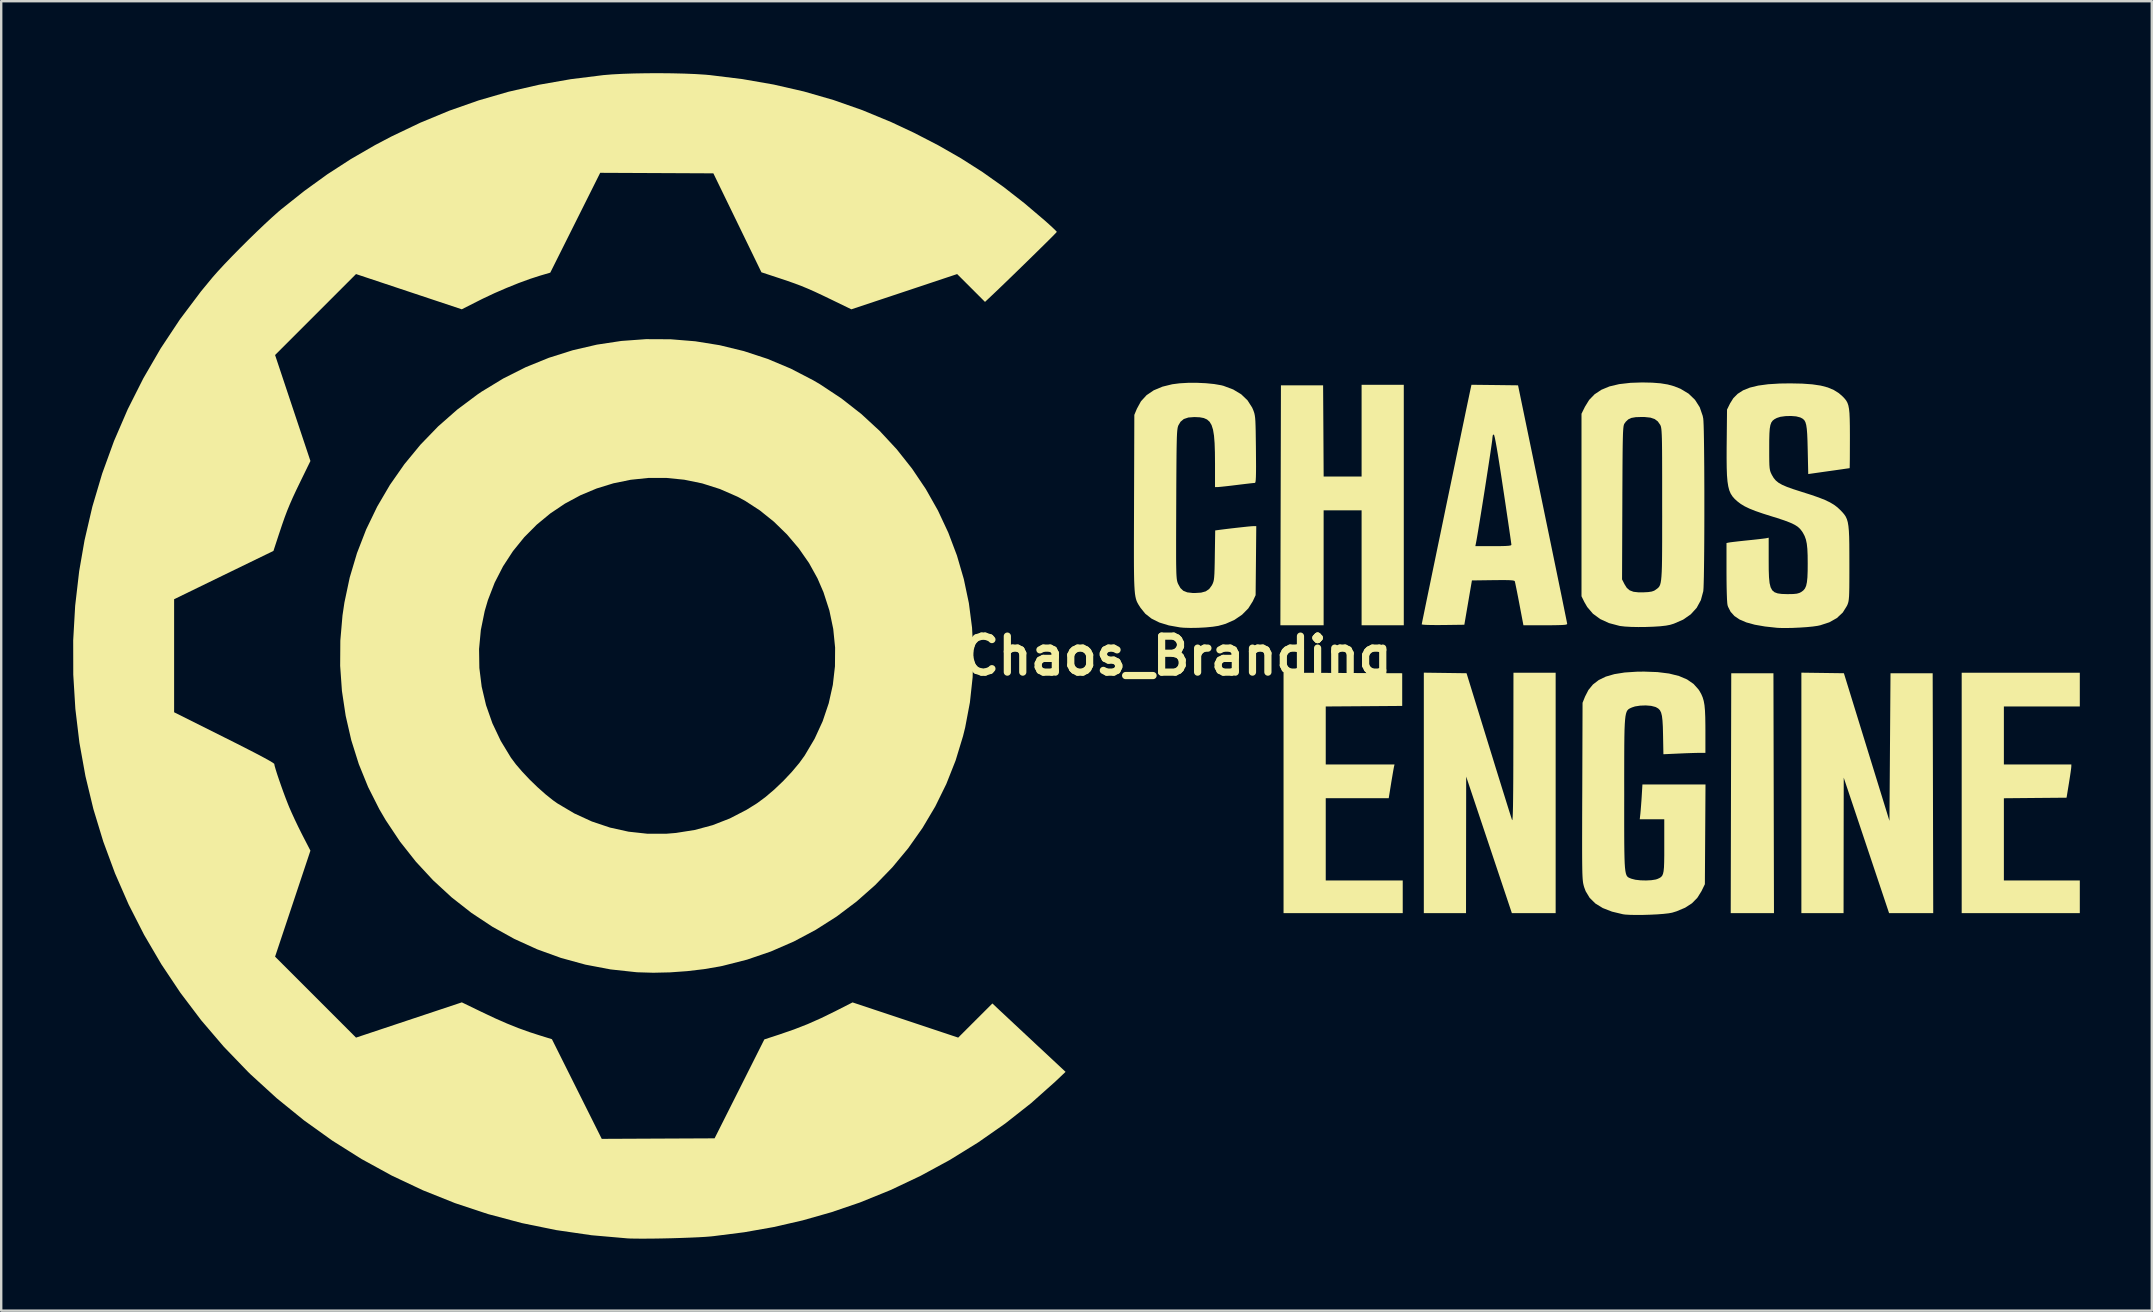
<source format=kicad_pcb>
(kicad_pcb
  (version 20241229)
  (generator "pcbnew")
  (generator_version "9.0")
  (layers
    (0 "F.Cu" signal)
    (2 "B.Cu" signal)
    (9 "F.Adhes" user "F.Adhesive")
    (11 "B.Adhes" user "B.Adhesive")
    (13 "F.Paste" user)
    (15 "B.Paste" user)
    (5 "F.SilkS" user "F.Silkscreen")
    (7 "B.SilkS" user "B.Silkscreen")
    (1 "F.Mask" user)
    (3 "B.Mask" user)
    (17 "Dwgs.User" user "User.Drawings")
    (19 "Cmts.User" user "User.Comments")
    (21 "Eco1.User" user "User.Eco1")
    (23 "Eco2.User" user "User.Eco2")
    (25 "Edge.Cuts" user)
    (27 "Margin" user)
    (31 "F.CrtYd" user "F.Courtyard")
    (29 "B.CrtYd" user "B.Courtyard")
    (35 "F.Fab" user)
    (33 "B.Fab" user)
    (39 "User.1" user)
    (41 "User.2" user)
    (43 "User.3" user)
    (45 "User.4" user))
  (footprint "Chaos_Branding"
    (layer "F.Cu")
    (at 45.996 24.278)
    (property "Reference" "Chaos_Branding" (at 0 0 0) (layer "F.SilkS") (effects (font (size 1.5 1.5) (thickness 0.3))))
    (attr board_only exclude_from_pos_files exclude_from_bom)
    (fp_poly (pts (xy 24.862 5.724) (xy 24.873 10.722) (xy 23.972 10.722) (xy 23.071 10.722) (xy 23.082 5.724) (xy 23.093 0.725) (xy 23.972 0.725) (xy 24.851 0.725)) (stroke (width 0) (type solid)) (fill yes) (layer "F.SilkS"))
    (fp_poly (pts (xy 26.901 0.713) (xy 27.787 0.725) (xy 28.736 3.801) (xy 29.685 6.876) (xy 29.707 3.801) (xy 29.729 0.725) (xy 30.607 0.725) (xy 31.486 0.725) (xy 31.498 5.724) (xy 31.509 10.722) (xy 30.589 10.722) (xy 29.67 10.722) (xy 28.725 7.899) (xy 27.78 5.076) (xy 27.776 7.899) (xy 27.773 10.722) (xy 26.894 10.722) (xy 26.015 10.722) (xy 26.015 5.712) (xy 26.015 0.701)) (stroke (width 0) (type solid)) (fill yes) (layer "F.SilkS"))
    (fp_poly (pts (xy 9.448 -6.284) (xy 9.448 -1.274) (xy 8.569 -1.274) (xy 7.69 -1.274) (xy 7.69 -3.669) (xy 7.69 -6.064) (xy 6.899 -6.064) (xy 6.108 -6.064) (xy 6.108 -3.669) (xy 6.108 -1.274) (xy 5.207 -1.274) (xy 4.306 -1.274) (xy 4.317 -6.273) (xy 4.329 -11.272) (xy 5.207 -11.272) (xy 6.086 -11.272) (xy 6.098 -9.371) (xy 6.109 -7.471) (xy 6.9 -7.471) (xy 7.69 -7.471) (xy 7.69 -9.382) (xy 7.69 -11.294) (xy 8.569 -11.294) (xy 9.448 -11.294)) (stroke (width 0) (type solid)) (fill yes) (layer "F.SilkS"))
    (fp_poly (pts (xy 6.91 0.714) (xy 9.382 0.725) (xy 9.382 1.406) (xy 9.382 2.087) (xy 7.789 2.099) (xy 6.196 2.11) (xy 6.196 3.318) (xy 6.196 4.526) (xy 7.629 4.526) (xy 9.062 4.526) (xy 9.039 4.625) (xy 9.024 4.704) (xy 8.998 4.85) (xy 8.965 5.045) (xy 8.927 5.269) (xy 8.918 5.328) (xy 8.82 5.933) (xy 7.508 5.933) (xy 6.196 5.933) (xy 6.196 7.646) (xy 6.196 9.36) (xy 7.8 9.36) (xy 9.404 9.36) (xy 9.404 10.041) (xy 9.404 10.722) (xy 6.921 10.722) (xy 4.438 10.722) (xy 4.438 5.712) (xy 4.438 0.702)) (stroke (width 0) (type solid)) (fill yes) (layer "F.SilkS"))
    (fp_poly (pts (xy 37.617 1.406) (xy 37.617 2.109) (xy 36.035 2.109) (xy 34.453 2.109) (xy 34.453 3.318) (xy 34.453 4.526) (xy 35.859 4.526) (xy 37.265 4.526) (xy 37.262 4.625) (xy 37.254 4.704) (xy 37.234 4.85) (xy 37.205 5.044) (xy 37.17 5.267) (xy 37.162 5.317) (xy 37.065 5.911) (xy 35.759 5.922) (xy 34.453 5.934) (xy 34.453 7.647) (xy 34.453 9.36) (xy 36.035 9.36) (xy 37.617 9.36) (xy 37.617 10.041) (xy 37.617 10.722) (xy 35.156 10.722) (xy 32.695 10.722) (xy 32.695 5.713) (xy 32.695 0.703) (xy 35.156 0.703) (xy 37.617 0.703)) (stroke (width 0) (type solid)) (fill yes) (layer "F.SilkS"))
    (fp_poly (pts (xy 11.173 0.713) (xy 12.063 0.725) (xy 12.988 3.724) (xy 13.142 4.221) (xy 13.288 4.696) (xy 13.427 5.142) (xy 13.554 5.551) (xy 13.668 5.916) (xy 13.766 6.231) (xy 13.847 6.489) (xy 13.908 6.682) (xy 13.947 6.804) (xy 13.961 6.844) (xy 13.971 6.844) (xy 13.979 6.79) (xy 13.987 6.678) (xy 13.993 6.503) (xy 13.999 6.264) (xy 14.003 5.955) (xy 14.007 5.573) (xy 14.01 5.115) (xy 14.012 4.578) (xy 14.013 3.956) (xy 14.014 3.834) (xy 14.018 0.703) (xy 14.897 0.703) (xy 15.776 0.703) (xy 15.776 5.713) (xy 15.776 10.722) (xy 14.864 10.722) (xy 13.952 10.722) (xy 13 7.877) (xy 12.048 5.032) (xy 12.044 7.877) (xy 12.041 10.722) (xy 11.162 10.722) (xy 10.283 10.722) (xy 10.283 5.712) (xy 10.283 0.701)) (stroke (width 0) (type solid)) (fill yes) (layer "F.SilkS"))
    (fp_poly (pts (xy 13.239 -11.284) (xy 14.209 -11.272) (xy 15.232 -6.328) (xy 15.365 -5.682) (xy 15.494 -5.06) (xy 15.616 -4.467) (xy 15.731 -3.909) (xy 15.838 -3.39) (xy 15.935 -2.917) (xy 16.022 -2.496) (xy 16.096 -2.13) (xy 16.158 -1.826) (xy 16.206 -1.59) (xy 16.239 -1.426) (xy 16.255 -1.341) (xy 16.257 -1.329) (xy 16.238 -1.31) (xy 16.172 -1.295) (xy 16.051 -1.285) (xy 15.866 -1.279) (xy 15.609 -1.275) (xy 15.346 -1.274) (xy 14.433 -1.274) (xy 14.264 -2.164) (xy 14.212 -2.435) (xy 14.164 -2.679) (xy 14.123 -2.88) (xy 14.093 -3.026) (xy 14.075 -3.103) (xy 14.073 -3.11) (xy 14.046 -3.13) (xy 13.974 -3.144) (xy 13.849 -3.153) (xy 13.661 -3.157) (xy 13.402 -3.156) (xy 13.169 -3.154) (xy 12.287 -3.142) (xy 12.129 -2.219) (xy 11.971 -1.296) (xy 11.083 -1.284) (xy 10.807 -1.283) (xy 10.569 -1.285) (xy 10.379 -1.29) (xy 10.251 -1.299) (xy 10.196 -1.31) (xy 10.195 -1.312) (xy 10.204 -1.357) (xy 10.229 -1.483) (xy 10.27 -1.681) (xy 10.324 -1.945) (xy 10.39 -2.269) (xy 10.468 -2.645) (xy 10.556 -3.069) (xy 10.651 -3.531) (xy 10.754 -4.027) (xy 10.862 -4.55) (xy 10.866 -4.57) (xy 12.429 -4.57) (xy 13.18 -4.57) (xy 13.469 -4.572) (xy 13.68 -4.577) (xy 13.821 -4.587) (xy 13.901 -4.601) (xy 13.931 -4.621) (xy 13.932 -4.625) (xy 13.926 -4.678) (xy 13.908 -4.81) (xy 13.879 -5.011) (xy 13.841 -5.275) (xy 13.794 -5.593) (xy 13.74 -5.955) (xy 13.681 -6.355) (xy 13.617 -6.784) (xy 13.591 -6.954) (xy 13.507 -7.51) (xy 13.433 -7.982) (xy 13.371 -8.374) (xy 13.318 -8.688) (xy 13.274 -8.927) (xy 13.24 -9.094) (xy 13.214 -9.194) (xy 13.195 -9.228) (xy 13.194 -9.228) (xy 13.155 -9.188) (xy 13.14 -9.073) (xy 13.139 -9.057) (xy 13.133 -8.989) (xy 13.113 -8.845) (xy 13.083 -8.635) (xy 13.044 -8.37) (xy 12.997 -8.06) (xy 12.944 -7.715) (xy 12.887 -7.347) (xy 12.828 -6.965) (xy 12.767 -6.58) (xy 12.707 -6.203) (xy 12.649 -5.844) (xy 12.595 -5.513) (xy 12.547 -5.221) (xy 12.506 -4.978) (xy 12.474 -4.795) (xy 12.454 -4.691) (xy 12.429 -4.57) (xy 10.866 -4.57) (xy 10.975 -5.092) (xy 11.09 -5.648) (xy 11.206 -6.211) (xy 11.323 -6.773) (xy 11.439 -7.329) (xy 11.552 -7.872) (xy 11.66 -8.395) (xy 11.764 -8.891) (xy 11.86 -9.355) (xy 11.949 -9.779) (xy 12.027 -10.157) (xy 12.095 -10.482) (xy 12.151 -10.747) (xy 12.193 -10.947) (xy 12.218 -11.064) (xy 12.268 -11.295)) (stroke (width 0) (type solid)) (fill yes) (layer "F.SilkS"))
    (fp_poly (pts (xy 19.797 -11.383) (xy 20.147 -11.356) (xy 20.447 -11.307) (xy 20.714 -11.233) (xy 20.968 -11.132) (xy 20.985 -11.124) (xy 21.317 -10.924) (xy 21.583 -10.667) (xy 21.78 -10.358) (xy 21.903 -10.001) (xy 21.926 -9.886) (xy 21.934 -9.787) (xy 21.942 -9.609) (xy 21.949 -9.36) (xy 21.955 -9.049) (xy 21.96 -8.685) (xy 21.964 -8.276) (xy 21.968 -7.832) (xy 21.97 -7.36) (xy 21.972 -6.869) (xy 21.972 -6.368) (xy 21.972 -5.866) (xy 21.971 -5.371) (xy 21.969 -4.892) (xy 21.966 -4.437) (xy 21.962 -4.016) (xy 21.957 -3.636) (xy 21.952 -3.307) (xy 21.945 -3.037) (xy 21.938 -2.835) (xy 21.929 -2.71) (xy 21.926 -2.687) (xy 21.826 -2.319) (xy 21.652 -2) (xy 21.406 -1.73) (xy 21.089 -1.509) (xy 20.703 -1.341) (xy 20.544 -1.292) (xy 20.371 -1.259) (xy 20.132 -1.232) (xy 19.846 -1.214) (xy 19.535 -1.203) (xy 19.22 -1.2) (xy 18.921 -1.206) (xy 18.658 -1.221) (xy 18.454 -1.245) (xy 18.435 -1.249) (xy 17.998 -1.365) (xy 17.63 -1.534) (xy 17.329 -1.756) (xy 17.091 -2.035) (xy 16.972 -2.241) (xy 16.853 -2.483) (xy 16.853 -3.186) (xy 18.543 -3.186) (xy 18.643 -2.988) (xy 18.74 -2.833) (xy 18.861 -2.729) (xy 19.02 -2.669) (xy 19.235 -2.645) (xy 19.431 -2.646) (xy 19.638 -2.657) (xy 19.78 -2.679) (xy 19.88 -2.714) (xy 19.937 -2.75) (xy 19.988 -2.787) (xy 20.033 -2.821) (xy 20.071 -2.859) (xy 20.104 -2.906) (xy 20.131 -2.969) (xy 20.153 -3.054) (xy 20.171 -3.167) (xy 20.185 -3.315) (xy 20.196 -3.502) (xy 20.204 -3.735) (xy 20.209 -4.022) (xy 20.212 -4.366) (xy 20.214 -4.776) (xy 20.214 -5.256) (xy 20.215 -5.813) (xy 20.214 -6.307) (xy 20.214 -6.912) (xy 20.214 -7.435) (xy 20.213 -7.883) (xy 20.212 -8.261) (xy 20.21 -8.577) (xy 20.207 -8.837) (xy 20.203 -9.046) (xy 20.197 -9.211) (xy 20.19 -9.338) (xy 20.182 -9.434) (xy 20.172 -9.505) (xy 20.161 -9.556) (xy 20.147 -9.595) (xy 20.133 -9.625) (xy 20.032 -9.769) (xy 19.902 -9.867) (xy 19.726 -9.926) (xy 19.488 -9.951) (xy 19.356 -9.953) (xy 19.111 -9.945) (xy 18.933 -9.914) (xy 18.803 -9.854) (xy 18.699 -9.756) (xy 18.644 -9.68) (xy 18.629 -9.653) (xy 18.616 -9.615) (xy 18.605 -9.562) (xy 18.596 -9.485) (xy 18.588 -9.38) (xy 18.581 -9.24) (xy 18.576 -9.059) (xy 18.571 -8.831) (xy 18.567 -8.55) (xy 18.564 -8.21) (xy 18.561 -7.803) (xy 18.559 -7.326) (xy 18.556 -6.77) (xy 18.555 -6.374) (xy 18.543 -3.186) (xy 16.853 -3.186) (xy 16.853 -6.285) (xy 16.853 -10.087) (xy 16.996 -10.378) (xy 17.172 -10.664) (xy 17.398 -10.898) (xy 17.678 -11.085) (xy 18.018 -11.226) (xy 18.423 -11.322) (xy 18.897 -11.376) (xy 19.38 -11.392)) (stroke (width 0) (type solid)) (fill yes) (layer "F.SilkS"))
    (fp_poly (pts (xy 20.02 0.677) (xy 20.502 0.737) (xy 20.912 0.839) (xy 21.251 0.983) (xy 21.523 1.171) (xy 21.73 1.403) (xy 21.765 1.456) (xy 21.842 1.591) (xy 21.901 1.728) (xy 21.946 1.879) (xy 21.978 2.058) (xy 21.998 2.278) (xy 22.01 2.552) (xy 22.015 2.895) (xy 22.016 3.087) (xy 22.016 4.043) (xy 21.764 4.043) (xy 21.624 4.045) (xy 21.422 4.051) (xy 21.183 4.059) (xy 20.931 4.07) (xy 20.888 4.072) (xy 20.266 4.1) (xy 20.251 3.292) (xy 20.243 2.957) (xy 20.228 2.699) (xy 20.205 2.505) (xy 20.17 2.364) (xy 20.119 2.264) (xy 20.05 2.194) (xy 19.958 2.141) (xy 19.927 2.128) (xy 19.754 2.084) (xy 19.532 2.066) (xy 19.296 2.075) (xy 19.082 2.108) (xy 18.958 2.149) (xy 18.899 2.175) (xy 18.847 2.201) (xy 18.803 2.231) (xy 18.765 2.273) (xy 18.733 2.331) (xy 18.707 2.412) (xy 18.685 2.522) (xy 18.669 2.666) (xy 18.656 2.851) (xy 18.646 3.082) (xy 18.64 3.366) (xy 18.636 3.707) (xy 18.634 4.113) (xy 18.633 4.59) (xy 18.632 5.142) (xy 18.633 5.776) (xy 18.633 5.782) (xy 18.632 6.407) (xy 18.632 6.95) (xy 18.633 7.418) (xy 18.635 7.815) (xy 18.639 8.148) (xy 18.645 8.423) (xy 18.653 8.646) (xy 18.665 8.823) (xy 18.681 8.96) (xy 18.701 9.062) (xy 18.725 9.136) (xy 18.756 9.188) (xy 18.792 9.223) (xy 18.834 9.247) (xy 18.884 9.268) (xy 18.939 9.289) (xy 19.099 9.33) (xy 19.309 9.354) (xy 19.541 9.36) (xy 19.763 9.349) (xy 19.946 9.32) (xy 20.012 9.299) (xy 20.097 9.261) (xy 20.163 9.22) (xy 20.213 9.165) (xy 20.249 9.085) (xy 20.274 8.971) (xy 20.29 8.811) (xy 20.298 8.595) (xy 20.302 8.313) (xy 20.302 7.955) (xy 20.302 7.922) (xy 20.302 6.811) (xy 19.791 6.811) (xy 19.28 6.811) (xy 19.306 6.581) (xy 19.319 6.439) (xy 19.335 6.239) (xy 19.352 6.013) (xy 19.362 5.856) (xy 19.392 5.361) (xy 20.706 5.361) (xy 22.02 5.361) (xy 22.007 7.439) (xy 21.994 9.516) (xy 21.85 9.81) (xy 21.678 10.085) (xy 21.455 10.311) (xy 21.171 10.495) (xy 20.817 10.644) (xy 20.632 10.701) (xy 20.487 10.728) (xy 20.274 10.752) (xy 20.013 10.772) (xy 19.724 10.786) (xy 19.426 10.795) (xy 19.139 10.797) (xy 18.884 10.793) (xy 18.679 10.781) (xy 18.581 10.768) (xy 18.122 10.658) (xy 17.739 10.509) (xy 17.431 10.319) (xy 17.194 10.085) (xy 17.026 9.807) (xy 16.964 9.639) (xy 16.948 9.584) (xy 16.934 9.528) (xy 16.921 9.467) (xy 16.911 9.393) (xy 16.902 9.301) (xy 16.895 9.185) (xy 16.889 9.039) (xy 16.885 8.857) (xy 16.882 8.632) (xy 16.88 8.36) (xy 16.879 8.033) (xy 16.879 7.646) (xy 16.88 7.193) (xy 16.881 6.668) (xy 16.883 6.065) (xy 16.885 5.646) (xy 16.897 1.956) (xy 17.001 1.697) (xy 17.142 1.423) (xy 17.33 1.194) (xy 17.569 1.01) (xy 17.865 0.866) (xy 18.224 0.762) (xy 18.652 0.694) (xy 19.153 0.661) (xy 19.461 0.657)) (stroke (width 0) (type solid)) (fill yes) (layer "F.SilkS"))
    (fp_poly (pts (xy -21.1 -13.191) (xy -20.074 -13.107) (xy -19.055 -12.943) (xy -18.049 -12.698) (xy -17.062 -12.374) (xy -16.098 -11.969) (xy -15.163 -11.484) (xy -14.878 -11.317) (xy -13.987 -10.727) (xy -13.156 -10.077) (xy -12.388 -9.369) (xy -11.682 -8.609) (xy -11.042 -7.801) (xy -10.469 -6.95) (xy -9.965 -6.059) (xy -9.532 -5.134) (xy -9.171 -4.179) (xy -8.885 -3.197) (xy -8.674 -2.195) (xy -8.542 -1.175) (xy -8.489 -0.143) (xy -8.518 0.897) (xy -8.631 1.94) (xy -8.828 2.983) (xy -8.918 3.346) (xy -9.227 4.361) (xy -9.614 5.339) (xy -10.075 6.277) (xy -10.606 7.171) (xy -11.203 8.017) (xy -11.863 8.813) (xy -12.581 9.554) (xy -13.354 10.237) (xy -14.179 10.859) (xy -15.052 11.415) (xy -15.968 11.903) (xy -16.924 12.319) (xy -17.917 12.659) (xy -18.942 12.92) (xy -19.053 12.943) (xy -19.709 13.055) (xy -20.41 13.138) (xy -21.123 13.189) (xy -21.821 13.205) (xy -22.473 13.186) (xy -22.535 13.182) (xy -23.606 13.066) (xy -24.653 12.867) (xy -25.673 12.587) (xy -26.662 12.229) (xy -27.615 11.795) (xy -28.529 11.288) (xy -29.401 10.711) (xy -30.225 10.065) (xy -30.998 9.353) (xy -31.716 8.578) (xy -32.376 7.743) (xy -32.972 6.849) (xy -33.241 6.39) (xy -33.706 5.469) (xy -34.096 4.509) (xy -34.408 3.517) (xy -34.642 2.499) (xy -34.798 1.463) (xy -34.872 0.416) (xy -34.867 -0.285) (xy -29.084 -0.285) (xy -29.072 0.504) (xy -28.975 1.286) (xy -28.793 2.057) (xy -28.528 2.811) (xy -28.18 3.545) (xy -27.758 4.241) (xy -27.547 4.524) (xy -27.279 4.835) (xy -26.973 5.159) (xy -26.646 5.475) (xy -26.317 5.768) (xy -26.004 6.018) (xy -25.822 6.147) (xy -25.117 6.565) (xy -24.384 6.902) (xy -23.628 7.156) (xy -22.855 7.327) (xy -22.068 7.413) (xy -21.273 7.412) (xy -20.883 7.38) (xy -20.1 7.256) (xy -19.354 7.056) (xy -18.635 6.776) (xy -17.934 6.413) (xy -17.507 6.147) (xy -17.154 5.887) (xy -16.78 5.569) (xy -16.407 5.213) (xy -16.055 4.839) (xy -15.742 4.467) (xy -15.518 4.157) (xy -15.102 3.455) (xy -14.767 2.726) (xy -14.514 1.976) (xy -14.343 1.211) (xy -14.254 0.436) (xy -14.248 -0.344) (xy -14.326 -1.121) (xy -14.487 -1.891) (xy -14.732 -2.649) (xy -14.982 -3.228) (xy -15.336 -3.868) (xy -15.764 -4.482) (xy -16.255 -5.06) (xy -16.798 -5.589) (xy -17.383 -6.059) (xy -17.999 -6.46) (xy -18.32 -6.633) (xy -19.048 -6.951) (xy -19.788 -7.186) (xy -20.535 -7.339) (xy -21.283 -7.414) (xy -22.027 -7.413) (xy -22.762 -7.337) (xy -23.483 -7.19) (xy -24.184 -6.974) (xy -24.859 -6.691) (xy -25.504 -6.344) (xy -26.113 -5.935) (xy -26.681 -5.466) (xy -27.203 -4.941) (xy -27.673 -4.361) (xy -28.085 -3.729) (xy -28.435 -3.047) (xy -28.717 -2.317) (xy -28.849 -1.867) (xy -29.01 -1.077) (xy -29.084 -0.285) (xy -34.867 -0.285) (xy -34.865 -0.634) (xy -34.775 -1.681) (xy -34.695 -2.219) (xy -34.474 -3.263) (xy -34.171 -4.28) (xy -33.789 -5.265) (xy -33.331 -6.214) (xy -32.799 -7.122) (xy -32.196 -7.985) (xy -31.526 -8.799) (xy -30.791 -9.559) (xy -29.993 -10.261) (xy -29.136 -10.901) (xy -28.981 -11.006) (xy -28.077 -11.556) (xy -27.139 -12.028) (xy -26.173 -12.42) (xy -25.183 -12.733) (xy -24.176 -12.967) (xy -23.157 -13.121) (xy -22.13 -13.196)) (stroke (width 0) (type solid)) (fill yes) (layer "F.SilkS"))
    (fp_poly (pts (xy 1.202 -11.36) (xy 1.545 -11.326) (xy 1.836 -11.276) (xy 1.934 -11.251) (xy 2.34 -11.099) (xy 2.674 -10.898) (xy 2.936 -10.647) (xy 3.129 -10.346) (xy 3.173 -10.246) (xy 3.2 -10.173) (xy 3.223 -10.1) (xy 3.24 -10.017) (xy 3.254 -9.913) (xy 3.264 -9.778) (xy 3.271 -9.6) (xy 3.277 -9.369) (xy 3.281 -9.074) (xy 3.286 -8.704) (xy 3.287 -8.602) (xy 3.29 -8.204) (xy 3.292 -7.885) (xy 3.29 -7.638) (xy 3.286 -7.456) (xy 3.279 -7.329) (xy 3.269 -7.251) (xy 3.255 -7.213) (xy 3.244 -7.206) (xy 3.182 -7.201) (xy 3.05 -7.187) (xy 2.862 -7.165) (xy 2.636 -7.138) (xy 2.483 -7.119) (xy 2.237 -7.089) (xy 2.016 -7.064) (xy 1.836 -7.045) (xy 1.717 -7.034) (xy 1.681 -7.032) (xy 1.582 -7.031) (xy 1.582 -8.009) (xy 1.578 -8.476) (xy 1.565 -8.862) (xy 1.54 -9.176) (xy 1.499 -9.424) (xy 1.439 -9.614) (xy 1.357 -9.753) (xy 1.249 -9.849) (xy 1.113 -9.909) (xy 0.945 -9.94) (xy 0.741 -9.949) (xy 0.725 -9.95) (xy 0.471 -9.931) (xy 0.282 -9.868) (xy 0.146 -9.755) (xy 0.056 -9.604) (xy 0.041 -9.565) (xy 0.028 -9.516) (xy 0.017 -9.451) (xy 0.007 -9.365) (xy -0.001 -9.25) (xy -0.008 -9.1) (xy -0.013 -8.909) (xy -0.018 -8.67) (xy -0.022 -8.378) (xy -0.025 -8.025) (xy -0.028 -7.606) (xy -0.031 -7.114) (xy -0.033 -6.543) (xy -0.034 -6.317) (xy -0.036 -5.719) (xy -0.038 -5.203) (xy -0.039 -4.761) (xy -0.039 -4.388) (xy -0.039 -4.078) (xy -0.037 -3.822) (xy -0.033 -3.617) (xy -0.029 -3.453) (xy -0.022 -3.326) (xy -0.014 -3.229) (xy -0.004 -3.156) (xy 0.008 -3.099) (xy 0.022 -3.053) (xy 0.039 -3.01) (xy 0.045 -2.996) (xy 0.14 -2.825) (xy 0.261 -2.711) (xy 0.426 -2.645) (xy 0.651 -2.619) (xy 0.747 -2.618) (xy 1.004 -2.634) (xy 1.195 -2.687) (xy 1.337 -2.783) (xy 1.447 -2.933) (xy 1.46 -2.956) (xy 1.491 -3.02) (xy 1.515 -3.087) (xy 1.534 -3.169) (xy 1.547 -3.278) (xy 1.557 -3.428) (xy 1.564 -3.63) (xy 1.57 -3.897) (xy 1.574 -4.184) (xy 1.59 -5.225) (xy 1.773 -5.25) (xy 2 -5.279) (xy 2.248 -5.309) (xy 2.501 -5.338) (xy 2.739 -5.364) (xy 2.944 -5.386) (xy 3.099 -5.4) (xy 3.184 -5.405) (xy 3.185 -5.405) (xy 3.301 -5.405) (xy 3.288 -3.966) (xy 3.274 -2.527) (xy 3.155 -2.273) (xy 2.969 -1.977) (xy 2.711 -1.716) (xy 2.393 -1.499) (xy 2.025 -1.335) (xy 1.725 -1.25) (xy 1.489 -1.213) (xy 1.197 -1.185) (xy 0.878 -1.168) (xy 0.564 -1.163) (xy 0.284 -1.171) (xy 0.128 -1.185) (xy -0.343 -1.268) (xy -0.738 -1.389) (xy -1.063 -1.551) (xy -1.324 -1.756) (xy -1.526 -2.007) (xy -1.528 -2.011) (xy -1.576 -2.086) (xy -1.618 -2.153) (xy -1.654 -2.219) (xy -1.686 -2.29) (xy -1.712 -2.372) (xy -1.734 -2.469) (xy -1.753 -2.589) (xy -1.767 -2.738) (xy -1.778 -2.92) (xy -1.787 -3.143) (xy -1.792 -3.412) (xy -1.796 -3.732) (xy -1.797 -4.111) (xy -1.797 -4.554) (xy -1.796 -5.066) (xy -1.794 -5.655) (xy -1.792 -6.325) (xy -1.792 -6.354) (xy -1.78 -10.041) (xy -1.674 -10.295) (xy -1.504 -10.606) (xy -1.271 -10.861) (xy -0.972 -11.064) (xy -0.605 -11.217) (xy -0.198 -11.317) (xy 0.107 -11.356) (xy 0.458 -11.376) (xy 0.831 -11.377)) (stroke (width 0) (type solid)) (fill yes) (layer "F.SilkS"))
    (fp_poly (pts (xy 26.049 -11.343) (xy 26.467 -11.313) (xy 26.82 -11.261) (xy 27.116 -11.183) (xy 27.365 -11.078) (xy 27.579 -10.943) (xy 27.739 -10.803) (xy 27.82 -10.717) (xy 27.885 -10.634) (xy 27.935 -10.542) (xy 27.973 -10.431) (xy 28 -10.29) (xy 28.019 -10.108) (xy 28.029 -9.875) (xy 28.035 -9.58) (xy 28.037 -9.213) (xy 28.037 -9.037) (xy 28.036 -8.72) (xy 28.035 -8.434) (xy 28.034 -8.19) (xy 28.031 -7.999) (xy 28.029 -7.872) (xy 28.026 -7.821) (xy 28.026 -7.82) (xy 27.981 -7.814) (xy 27.862 -7.797) (xy 27.684 -7.771) (xy 27.458 -7.739) (xy 27.199 -7.702) (xy 27.158 -7.697) (xy 26.301 -7.575) (xy 26.279 -8.588) (xy 26.27 -8.951) (xy 26.258 -9.237) (xy 26.241 -9.456) (xy 26.217 -9.619) (xy 26.183 -9.737) (xy 26.137 -9.819) (xy 26.075 -9.877) (xy 25.996 -9.921) (xy 25.962 -9.936) (xy 25.797 -9.978) (xy 25.583 -9.995) (xy 25.353 -9.989) (xy 25.141 -9.96) (xy 24.992 -9.912) (xy 24.893 -9.859) (xy 24.818 -9.8) (xy 24.762 -9.722) (xy 24.723 -9.613) (xy 24.697 -9.463) (xy 24.683 -9.26) (xy 24.676 -8.992) (xy 24.675 -8.656) (xy 24.675 -8.352) (xy 24.677 -8.121) (xy 24.682 -7.95) (xy 24.692 -7.826) (xy 24.708 -7.733) (xy 24.73 -7.657) (xy 24.762 -7.586) (xy 24.787 -7.536) (xy 24.861 -7.411) (xy 24.949 -7.306) (xy 25.063 -7.213) (xy 25.215 -7.126) (xy 25.416 -7.039) (xy 25.679 -6.945) (xy 26.015 -6.837) (xy 26.037 -6.83) (xy 26.427 -6.706) (xy 26.743 -6.596) (xy 26.998 -6.495) (xy 27.203 -6.397) (xy 27.371 -6.297) (xy 27.514 -6.19) (xy 27.622 -6.089) (xy 27.718 -5.991) (xy 27.797 -5.899) (xy 27.861 -5.805) (xy 27.91 -5.698) (xy 27.948 -5.57) (xy 27.975 -5.41) (xy 27.994 -5.21) (xy 28.006 -4.959) (xy 28.012 -4.648) (xy 28.014 -4.268) (xy 28.015 -3.845) (xy 28.015 -3.437) (xy 28.014 -3.106) (xy 28.012 -2.844) (xy 28.008 -2.639) (xy 28.002 -2.484) (xy 27.992 -2.367) (xy 27.98 -2.278) (xy 27.963 -2.209) (xy 27.942 -2.148) (xy 27.915 -2.087) (xy 27.913 -2.083) (xy 27.739 -1.804) (xy 27.495 -1.575) (xy 27.181 -1.398) (xy 26.802 -1.274) (xy 26.69 -1.25) (xy 26.495 -1.222) (xy 26.239 -1.197) (xy 25.948 -1.178) (xy 25.646 -1.164) (xy 25.361 -1.159) (xy 25.119 -1.162) (xy 25.004 -1.168) (xy 24.498 -1.223) (xy 24.073 -1.297) (xy 23.723 -1.393) (xy 23.442 -1.513) (xy 23.225 -1.659) (xy 23.066 -1.836) (xy 22.96 -2.044) (xy 22.938 -2.114) (xy 22.927 -2.196) (xy 22.916 -2.353) (xy 22.908 -2.572) (xy 22.901 -2.84) (xy 22.897 -3.144) (xy 22.895 -3.47) (xy 22.895 -3.481) (xy 22.895 -4.7) (xy 22.994 -4.721) (xy 23.071 -4.733) (xy 23.218 -4.751) (xy 23.416 -4.774) (xy 23.648 -4.799) (xy 23.774 -4.812) (xy 24.017 -4.837) (xy 24.235 -4.861) (xy 24.41 -4.882) (xy 24.525 -4.897) (xy 24.554 -4.902) (xy 24.653 -4.923) (xy 24.653 -3.967) (xy 24.655 -3.58) (xy 24.666 -3.272) (xy 24.69 -3.034) (xy 24.733 -2.857) (xy 24.8 -2.732) (xy 24.896 -2.65) (xy 25.027 -2.602) (xy 25.197 -2.579) (xy 25.412 -2.572) (xy 25.466 -2.572) (xy 25.678 -2.576) (xy 25.826 -2.591) (xy 25.935 -2.622) (xy 26.003 -2.657) (xy 26.094 -2.723) (xy 26.163 -2.805) (xy 26.213 -2.916) (xy 26.246 -3.068) (xy 26.267 -3.272) (xy 26.277 -3.541) (xy 26.279 -3.839) (xy 26.276 -4.184) (xy 26.264 -4.456) (xy 26.241 -4.671) (xy 26.204 -4.845) (xy 26.151 -4.993) (xy 26.078 -5.13) (xy 26.041 -5.187) (xy 25.96 -5.291) (xy 25.858 -5.383) (xy 25.722 -5.468) (xy 25.542 -5.552) (xy 25.306 -5.642) (xy 25.002 -5.743) (xy 24.807 -5.803) (xy 24.42 -5.925) (xy 24.107 -6.033) (xy 23.856 -6.133) (xy 23.654 -6.23) (xy 23.488 -6.33) (xy 23.348 -6.437) (xy 23.344 -6.44) (xy 23.234 -6.541) (xy 23.143 -6.645) (xy 23.069 -6.761) (xy 23.011 -6.898) (xy 22.968 -7.065) (xy 22.936 -7.271) (xy 22.915 -7.525) (xy 22.904 -7.837) (xy 22.9 -8.214) (xy 22.901 -8.668) (xy 22.903 -8.855) (xy 22.917 -10.261) (xy 23.043 -10.517) (xy 23.179 -10.735) (xy 23.358 -10.916) (xy 23.586 -11.063) (xy 23.87 -11.177) (xy 24.216 -11.261) (xy 24.629 -11.317) (xy 25.117 -11.347) (xy 25.554 -11.353)) (stroke (width 0) (type solid)) (fill yes) (layer "F.SilkS"))
    (fp_poly (pts (xy -21.039 -24.273) (xy -20.532 -24.261) (xy -20.064 -24.242) (xy -19.655 -24.216) (xy -19.467 -24.199) (xy -18.109 -24.032) (xy -16.807 -23.805) (xy -15.548 -23.516) (xy -14.32 -23.162) (xy -13.112 -22.738) (xy -11.911 -22.241) (xy -10.964 -21.797) (xy -9.953 -21.275) (xy -9.006 -20.733) (xy -8.104 -20.158) (xy -7.229 -19.538) (xy -6.36 -18.86) (xy -5.504 -18.133) (xy -5.331 -17.978) (xy -5.185 -17.844) (xy -5.077 -17.74) (xy -5.017 -17.678) (xy -5.01 -17.666) (xy -5.04 -17.631) (xy -5.126 -17.542) (xy -5.26 -17.407) (xy -5.435 -17.233) (xy -5.643 -17.028) (xy -5.877 -16.798) (xy -6.128 -16.552) (xy -6.39 -16.296) (xy -6.655 -16.038) (xy -6.916 -15.785) (xy -7.164 -15.545) (xy -7.393 -15.325) (xy -7.594 -15.133) (xy -7.725 -15.009) (xy -8.002 -14.748) (xy -8.582 -15.328) (xy -9.163 -15.908) (xy -11.367 -15.173) (xy -13.571 -14.439) (xy -14.399 -14.841) (xy -14.777 -15.023) (xy -15.097 -15.173) (xy -15.382 -15.299) (xy -15.651 -15.41) (xy -15.925 -15.514) (xy -16.226 -15.62) (xy -16.574 -15.737) (xy -16.624 -15.753) (xy -17.318 -15.982) (xy -18.319 -18.043) (xy -19.321 -20.105) (xy -21.679 -20.116) (xy -24.037 -20.127) (xy -25.077 -18.047) (xy -26.117 -15.967) (xy -26.539 -15.843) (xy -26.963 -15.706) (xy -27.438 -15.532) (xy -27.939 -15.33) (xy -28.442 -15.112) (xy -28.922 -14.886) (xy -29.064 -14.815) (xy -29.805 -14.44) (xy -32.008 -15.174) (xy -34.211 -15.908) (xy -35.897 -14.221) (xy -37.584 -12.535) (xy -36.848 -10.327) (xy -36.111 -8.119) (xy -36.511 -7.3) (xy -36.692 -6.926) (xy -36.841 -6.607) (xy -36.966 -6.323) (xy -37.078 -6.051) (xy -37.184 -5.771) (xy -37.293 -5.459) (xy -37.414 -5.096) (xy -37.421 -5.076) (xy -37.652 -4.372) (xy -39.722 -3.366) (xy -41.791 -2.359) (xy -41.791 -0.004) (xy -41.791 2.351) (xy -39.704 3.395) (xy -39.171 3.662) (xy -38.718 3.893) (xy -38.343 4.086) (xy -38.047 4.243) (xy -37.828 4.364) (xy -37.686 4.449) (xy -37.621 4.497) (xy -37.617 4.506) (xy -37.602 4.585) (xy -37.56 4.731) (xy -37.498 4.929) (xy -37.419 5.164) (xy -37.329 5.422) (xy -37.234 5.687) (xy -37.138 5.944) (xy -37.046 6.179) (xy -36.995 6.306) (xy -36.891 6.543) (xy -36.761 6.826) (xy -36.619 7.123) (xy -36.479 7.404) (xy -36.443 7.475) (xy -36.111 8.117) (xy -36.847 10.326) (xy -37.584 12.535) (xy -35.897 14.221) (xy -34.211 15.908) (xy -32.006 15.173) (xy -29.802 14.439) (xy -28.974 14.84) (xy -28.422 15.101) (xy -27.921 15.321) (xy -27.448 15.511) (xy -26.981 15.679) (xy -26.592 15.805) (xy -26.048 15.974) (xy -25.01 18.051) (xy -23.972 20.127) (xy -21.621 20.116) (xy -19.27 20.105) (xy -18.233 18.044) (xy -17.197 15.983) (xy -16.564 15.776) (xy -15.96 15.567) (xy -15.394 15.346) (xy -14.833 15.097) (xy -14.241 14.808) (xy -14.22 14.797) (xy -13.521 14.441) (xy -11.32 15.174) (xy -9.119 15.908) (xy -8.407 15.196) (xy -7.694 14.485) (xy -7.44 14.725) (xy -7.35 14.809) (xy -7.205 14.944) (xy -7.013 15.124) (xy -6.784 15.338) (xy -6.525 15.58) (xy -6.246 15.84) (xy -5.956 16.111) (xy -5.915 16.15) (xy -4.645 17.335) (xy -5.08 17.747) (xy -6.085 18.642) (xy -7.157 19.486) (xy -8.287 20.275) (xy -9.466 21.004) (xy -10.686 21.667) (xy -11.938 22.26) (xy -13.214 22.778) (xy -14.401 23.183) (xy -15.605 23.525) (xy -16.81 23.802) (xy -18.038 24.019) (xy -19.312 24.18) (xy -19.424 24.192) (xy -19.649 24.21) (xy -19.943 24.227) (xy -20.288 24.242) (xy -20.67 24.256) (xy -21.07 24.268) (xy -21.473 24.277) (xy -21.863 24.283) (xy -22.224 24.285) (xy -22.538 24.284) (xy -22.79 24.279) (xy -22.895 24.274) (xy -24.395 24.143) (xy -25.866 23.929) (xy -27.306 23.635) (xy -28.713 23.26) (xy -30.085 22.805) (xy -31.422 22.27) (xy -32.722 21.657) (xy -33.983 20.966) (xy -35.203 20.198) (xy -36.381 19.354) (xy -37.516 18.433) (xy -38.606 17.438) (xy -38.709 17.337) (xy -39.721 16.287) (xy -40.661 15.187) (xy -41.528 14.041) (xy -42.322 12.852) (xy -43.042 11.624) (xy -43.686 10.361) (xy -44.253 9.064) (xy -44.743 7.738) (xy -45.154 6.387) (xy -45.486 5.012) (xy -45.737 3.618) (xy -45.906 2.208) (xy -45.993 0.785) (xy -45.996 -0.647) (xy -45.914 -2.085) (xy -45.747 -3.526) (xy -45.524 -4.812) (xy -45.198 -6.215) (xy -44.788 -7.596) (xy -44.296 -8.95) (xy -43.724 -10.274) (xy -43.074 -11.563) (xy -42.348 -12.814) (xy -41.547 -14.022) (xy -40.673 -15.184) (xy -40.185 -15.776) (xy -39.967 -16.023) (xy -39.697 -16.315) (xy -39.388 -16.637) (xy -39.053 -16.978) (xy -38.706 -17.324) (xy -38.359 -17.662) (xy -38.025 -17.98) (xy -37.717 -18.265) (xy -37.449 -18.504) (xy -37.331 -18.604) (xy -36.368 -19.37) (xy -35.408 -20.064) (xy -34.43 -20.697) (xy -33.417 -21.283) (xy -32.739 -21.639) (xy -31.531 -22.216) (xy -30.323 -22.716) (xy -29.103 -23.144) (xy -27.861 -23.504) (xy -26.584 -23.797) (xy -25.262 -24.029) (xy -23.906 -24.198) (xy -23.541 -24.228) (xy -23.106 -24.251) (xy -22.62 -24.267) (xy -22.102 -24.276) (xy -21.569 -24.278)) (stroke (width 0) (type solid)) (fill yes) (layer "F.SilkS")))
  (gr_rect
    (start -3 -3)
    (end 86.613 51.563)
    (stroke (width 0.1) (type default))
    (fill no)
    (layer "Edge.Cuts")))
</source>
